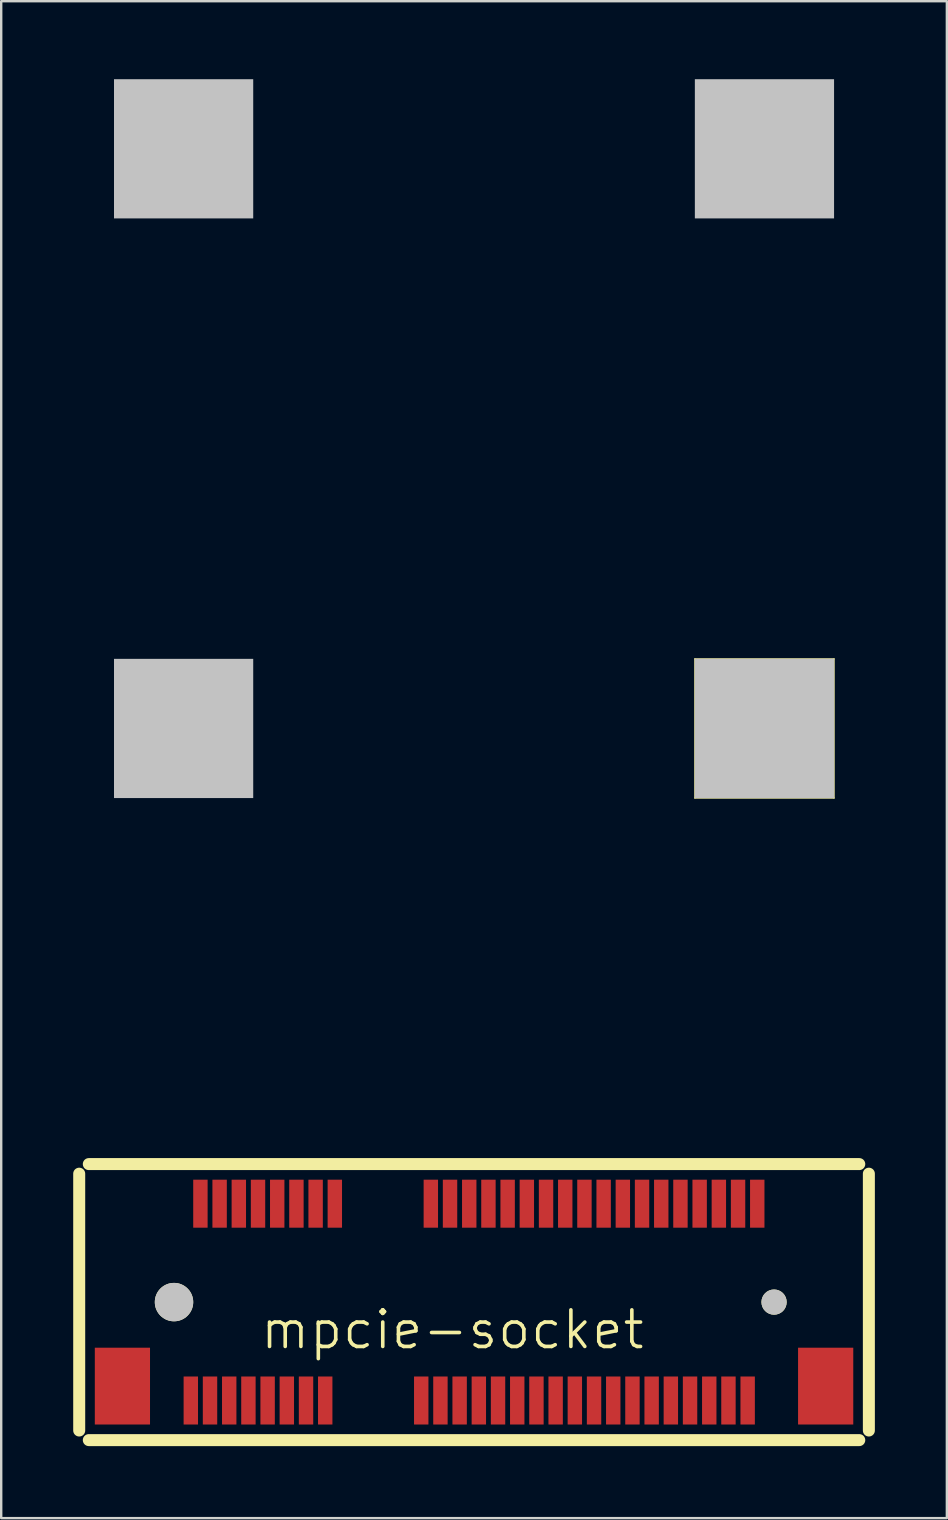
<source format=kicad_pcb>
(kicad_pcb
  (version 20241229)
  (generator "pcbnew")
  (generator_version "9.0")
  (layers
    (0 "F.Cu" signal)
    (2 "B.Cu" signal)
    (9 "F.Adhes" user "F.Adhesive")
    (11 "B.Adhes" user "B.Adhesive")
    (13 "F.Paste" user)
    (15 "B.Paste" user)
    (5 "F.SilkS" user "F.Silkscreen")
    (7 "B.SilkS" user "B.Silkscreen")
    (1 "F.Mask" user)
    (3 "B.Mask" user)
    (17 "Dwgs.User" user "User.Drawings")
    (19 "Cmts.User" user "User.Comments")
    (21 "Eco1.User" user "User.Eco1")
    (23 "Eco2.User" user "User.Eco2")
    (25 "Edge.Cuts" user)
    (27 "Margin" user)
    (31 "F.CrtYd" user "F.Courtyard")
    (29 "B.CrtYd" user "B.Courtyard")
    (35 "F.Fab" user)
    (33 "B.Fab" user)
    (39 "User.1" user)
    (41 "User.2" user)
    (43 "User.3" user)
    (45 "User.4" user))
  (footprint "mpcie-socket"
    (layer "F.Cu")
    (at 4.2 51.2)
    (property "Reference" "mpcie-socket" (at 11.6 1.15 0) (layer "F.SilkS") (effects (font (size 1.524 1.524) (thickness 0.15))))
    (attr through_hole)
    (fp_line (start -3.95 -5.35) (end -3.95 5.35) (stroke (width 0.5) (type solid)) (layer "F.SilkS"))
    (fp_line (start -3.55 5.75) (end 28.55 5.75) (stroke (width 0.5) (type solid)) (layer "F.SilkS"))
    (fp_line (start 21.7 -26.8) (end 27.5 -26.8) (stroke (width 0.05) (type solid)) (layer "F.SilkS"))
    (fp_line (start 21.7 -21) (end 21.7 -26.8) (stroke (width 0.05) (type solid)) (layer "F.SilkS"))
    (fp_line (start 27.5 -26.8) (end 27.5 -21) (stroke (width 0.05) (type solid)) (layer "F.SilkS"))
    (fp_line (start 27.5 -21) (end 21.7 -21) (stroke (width 0.05) (type solid)) (layer "F.SilkS"))
    (fp_line (start 28.55 -5.75) (end -3.55 -5.75) (stroke (width 0.5) (type solid)) (layer "F.SilkS"))
    (fp_line (start 28.95 5.35) (end 28.95 -5.35) (stroke (width 0.5) (type solid)) (layer "F.SilkS"))
    (fp_line (start -3.3 0) (end 28.225 0) (stroke (width 0.5) (type solid)) (layer "Eco1.User"))
    (fp_line (start 0 -50.95) (end 0 5.1) (stroke (width 0.5) (type solid)) (layer "Eco1.User"))
    (fp_line (start 8.65 4.1) (end 8.65 -4.1) (stroke (width 0.5) (type solid)) (layer "Eco1.User"))
    (pad "" smd rect (at -2.15 3.5) (size 2.3 3.2) (layers "F.Cu" "F.Mask" "F.Paste"))
    (pad "" connect circle (at 0 0) (size 1.6 1.6) (layers "F.SilkS" "Dwgs.User"))
    (pad "" connect rect (at 0.4 -48.05) (size 5.8 5.8) (layers "Dwgs.User"))
    (pad "" connect rect (at 0.4 -23.9) (size 5.8 5.8) (layers "Dwgs.User"))
    (pad "" connect rect (at 24.6 -48.05) (size 5.8 5.8) (layers "Dwgs.User"))
    (pad "" connect rect (at 24.6 -23.9) (size 5.8 5.8) (layers "Dwgs.User"))
    (pad "" connect circle (at 25 0) (size 1.05 1.05) (layers "F.SilkS" "Dwgs.User"))
    (pad "" smd rect (at 27.15 3.5) (size 2.3 3.2) (layers "F.Cu" "F.Mask" "F.Paste"))
    (pad "1" smd rect (at 0.7 4.1) (size 0.6 2) (layers "F.Cu" "F.Mask" "F.Paste"))
    (pad "2" smd rect (at 1.1 -4.1) (size 0.6 2) (layers "F.Cu" "F.Mask" "F.Paste"))
    (pad "3" smd rect (at 1.5 4.1) (size 0.6 2) (layers "F.Cu" "F.Mask" "F.Paste"))
    (pad "4" smd rect (at 1.9 -4.1) (size 0.6 2) (layers "F.Cu" "F.Mask" "F.Paste"))
    (pad "5" smd rect (at 2.3 4.1) (size 0.6 2) (layers "F.Cu" "F.Mask" "F.Paste"))
    (pad "6" smd rect (at 2.7 -4.1) (size 0.6 2) (layers "F.Cu" "F.Mask" "F.Paste"))
    (pad "7" smd rect (at 3.1 4.1) (size 0.6 2) (layers "F.Cu" "F.Mask" "F.Paste"))
    (pad "8" smd rect (at 3.5 -4.1) (size 0.6 2) (layers "F.Cu" "F.Mask" "F.Paste"))
    (pad "9" smd rect (at 3.9 4.1) (size 0.6 2) (layers "F.Cu" "F.Mask" "F.Paste"))
    (pad "10" smd rect (at 4.3 -4.1) (size 0.6 2) (layers "F.Cu" "F.Mask" "F.Paste"))
    (pad "11" smd rect (at 4.7 4.1) (size 0.6 2) (layers "F.Cu" "F.Mask" "F.Paste"))
    (pad "12" smd rect (at 5.1 -4.1) (size 0.6 2) (layers "F.Cu" "F.Mask" "F.Paste"))
    (pad "13" smd rect (at 5.5 4.1) (size 0.6 2) (layers "F.Cu" "F.Mask" "F.Paste"))
    (pad "14" smd rect (at 5.9 -4.1) (size 0.6 2) (layers "F.Cu" "F.Mask" "F.Paste"))
    (pad "15" smd rect (at 6.3 4.1) (size 0.6 2) (layers "F.Cu" "F.Mask" "F.Paste"))
    (pad "16" smd rect (at 6.7 -4.1) (size 0.6 2) (layers "F.Cu" "F.Mask" "F.Paste"))
    (pad "17" smd rect (at 10.3 4.1) (size 0.6 2) (layers "F.Cu" "F.Mask" "F.Paste"))
    (pad "18" smd rect (at 10.7 -4.1) (size 0.6 2) (layers "F.Cu" "F.Mask" "F.Paste"))
    (pad "19" smd rect (at 11.1 4.1) (size 0.6 2) (layers "F.Cu" "F.Mask" "F.Paste"))
    (pad "20" smd rect (at 11.5 -4.1) (size 0.6 2) (layers "F.Cu" "F.Mask" "F.Paste"))
    (pad "21" smd rect (at 11.9 4.1) (size 0.6 2) (layers "F.Cu" "F.Mask" "F.Paste"))
    (pad "22" smd rect (at 12.3 -4.1) (size 0.6 2) (layers "F.Cu" "F.Mask" "F.Paste"))
    (pad "23" smd rect (at 12.7 4.1) (size 0.6 2) (layers "F.Cu" "F.Mask" "F.Paste"))
    (pad "24" smd rect (at 13.1 -4.1) (size 0.6 2) (layers "F.Cu" "F.Mask" "F.Paste"))
    (pad "25" smd rect (at 13.5 4.1) (size 0.6 2) (layers "F.Cu" "F.Mask" "F.Paste"))
    (pad "26" smd rect (at 13.9 -4.1) (size 0.6 2) (layers "F.Cu" "F.Mask" "F.Paste"))
    (pad "27" smd rect (at 14.3 4.1) (size 0.6 2) (layers "F.Cu" "F.Mask" "F.Paste"))
    (pad "28" smd rect (at 14.7 -4.1) (size 0.6 2) (layers "F.Cu" "F.Mask" "F.Paste"))
    (pad "29" smd rect (at 15.1 4.1) (size 0.6 2) (layers "F.Cu" "F.Mask" "F.Paste"))
    (pad "30" smd rect (at 15.5 -4.1) (size 0.6 2) (layers "F.Cu" "F.Mask" "F.Paste"))
    (pad "31" smd rect (at 15.9 4.1) (size 0.6 2) (layers "F.Cu" "F.Mask" "F.Paste"))
    (pad "32" smd rect (at 16.3 -4.1) (size 0.6 2) (layers "F.Cu" "F.Mask" "F.Paste"))
    (pad "33" smd rect (at 16.7 4.1) (size 0.6 2) (layers "F.Cu" "F.Mask" "F.Paste"))
    (pad "34" smd rect (at 17.1 -4.1) (size 0.6 2) (layers "F.Cu" "F.Mask" "F.Paste"))
    (pad "35" smd rect (at 17.5 4.1) (size 0.6 2) (layers "F.Cu" "F.Mask" "F.Paste"))
    (pad "36" smd rect (at 17.9 -4.1) (size 0.6 2) (layers "F.Cu" "F.Mask" "F.Paste"))
    (pad "37" smd rect (at 18.3 4.1) (size 0.6 2) (layers "F.Cu" "F.Mask" "F.Paste"))
    (pad "38" smd rect (at 18.7 -4.1) (size 0.6 2) (layers "F.Cu" "F.Mask" "F.Paste"))
    (pad "39" smd rect (at 19.1 4.1) (size 0.6 2) (layers "F.Cu" "F.Mask" "F.Paste"))
    (pad "40" smd rect (at 19.5 -4.1) (size 0.6 2) (layers "F.Cu" "F.Mask" "F.Paste"))
    (pad "41" smd rect (at 19.9 4.1) (size 0.6 2) (layers "F.Cu" "F.Mask" "F.Paste"))
    (pad "42" smd rect (at 20.3 -4.1) (size 0.6 2) (layers "F.Cu" "F.Mask" "F.Paste"))
    (pad "43" smd rect (at 20.7 4.1) (size 0.6 2) (layers "F.Cu" "F.Mask" "F.Paste"))
    (pad "44" smd rect (at 21.1 -4.1) (size 0.6 2) (layers "F.Cu" "F.Mask" "F.Paste"))
    (pad "45" smd rect (at 21.5 4.1) (size 0.6 2) (layers "F.Cu" "F.Mask" "F.Paste"))
    (pad "46" smd rect (at 21.9 -4.1) (size 0.6 2) (layers "F.Cu" "F.Mask" "F.Paste"))
    (pad "47" smd rect (at 22.3 4.1) (size 0.6 2) (layers "F.Cu" "F.Mask" "F.Paste"))
    (pad "48" smd rect (at 22.7 -4.1) (size 0.6 2) (layers "F.Cu" "F.Mask" "F.Paste"))
    (pad "49" smd rect (at 23.1 4.1) (size 0.6 2) (layers "F.Cu" "F.Mask" "F.Paste"))
    (pad "50" smd rect (at 23.5 -4.1) (size 0.6 2) (layers "F.Cu" "F.Mask" "F.Paste"))
    (pad "51" smd rect (at 23.9 4.1) (size 0.6 2) (layers "F.Cu" "F.Mask" "F.Paste"))
    (pad "52" smd rect (at 24.3 -4.1) (size 0.6 2) (layers "F.Cu" "F.Mask" "F.Paste")))
  (gr_rect
    (start -3 -3)
    (end 36.4 60.2)
    (stroke (width 0.1) (type default))
    (fill no)
    (layer "Edge.Cuts")))
</source>
